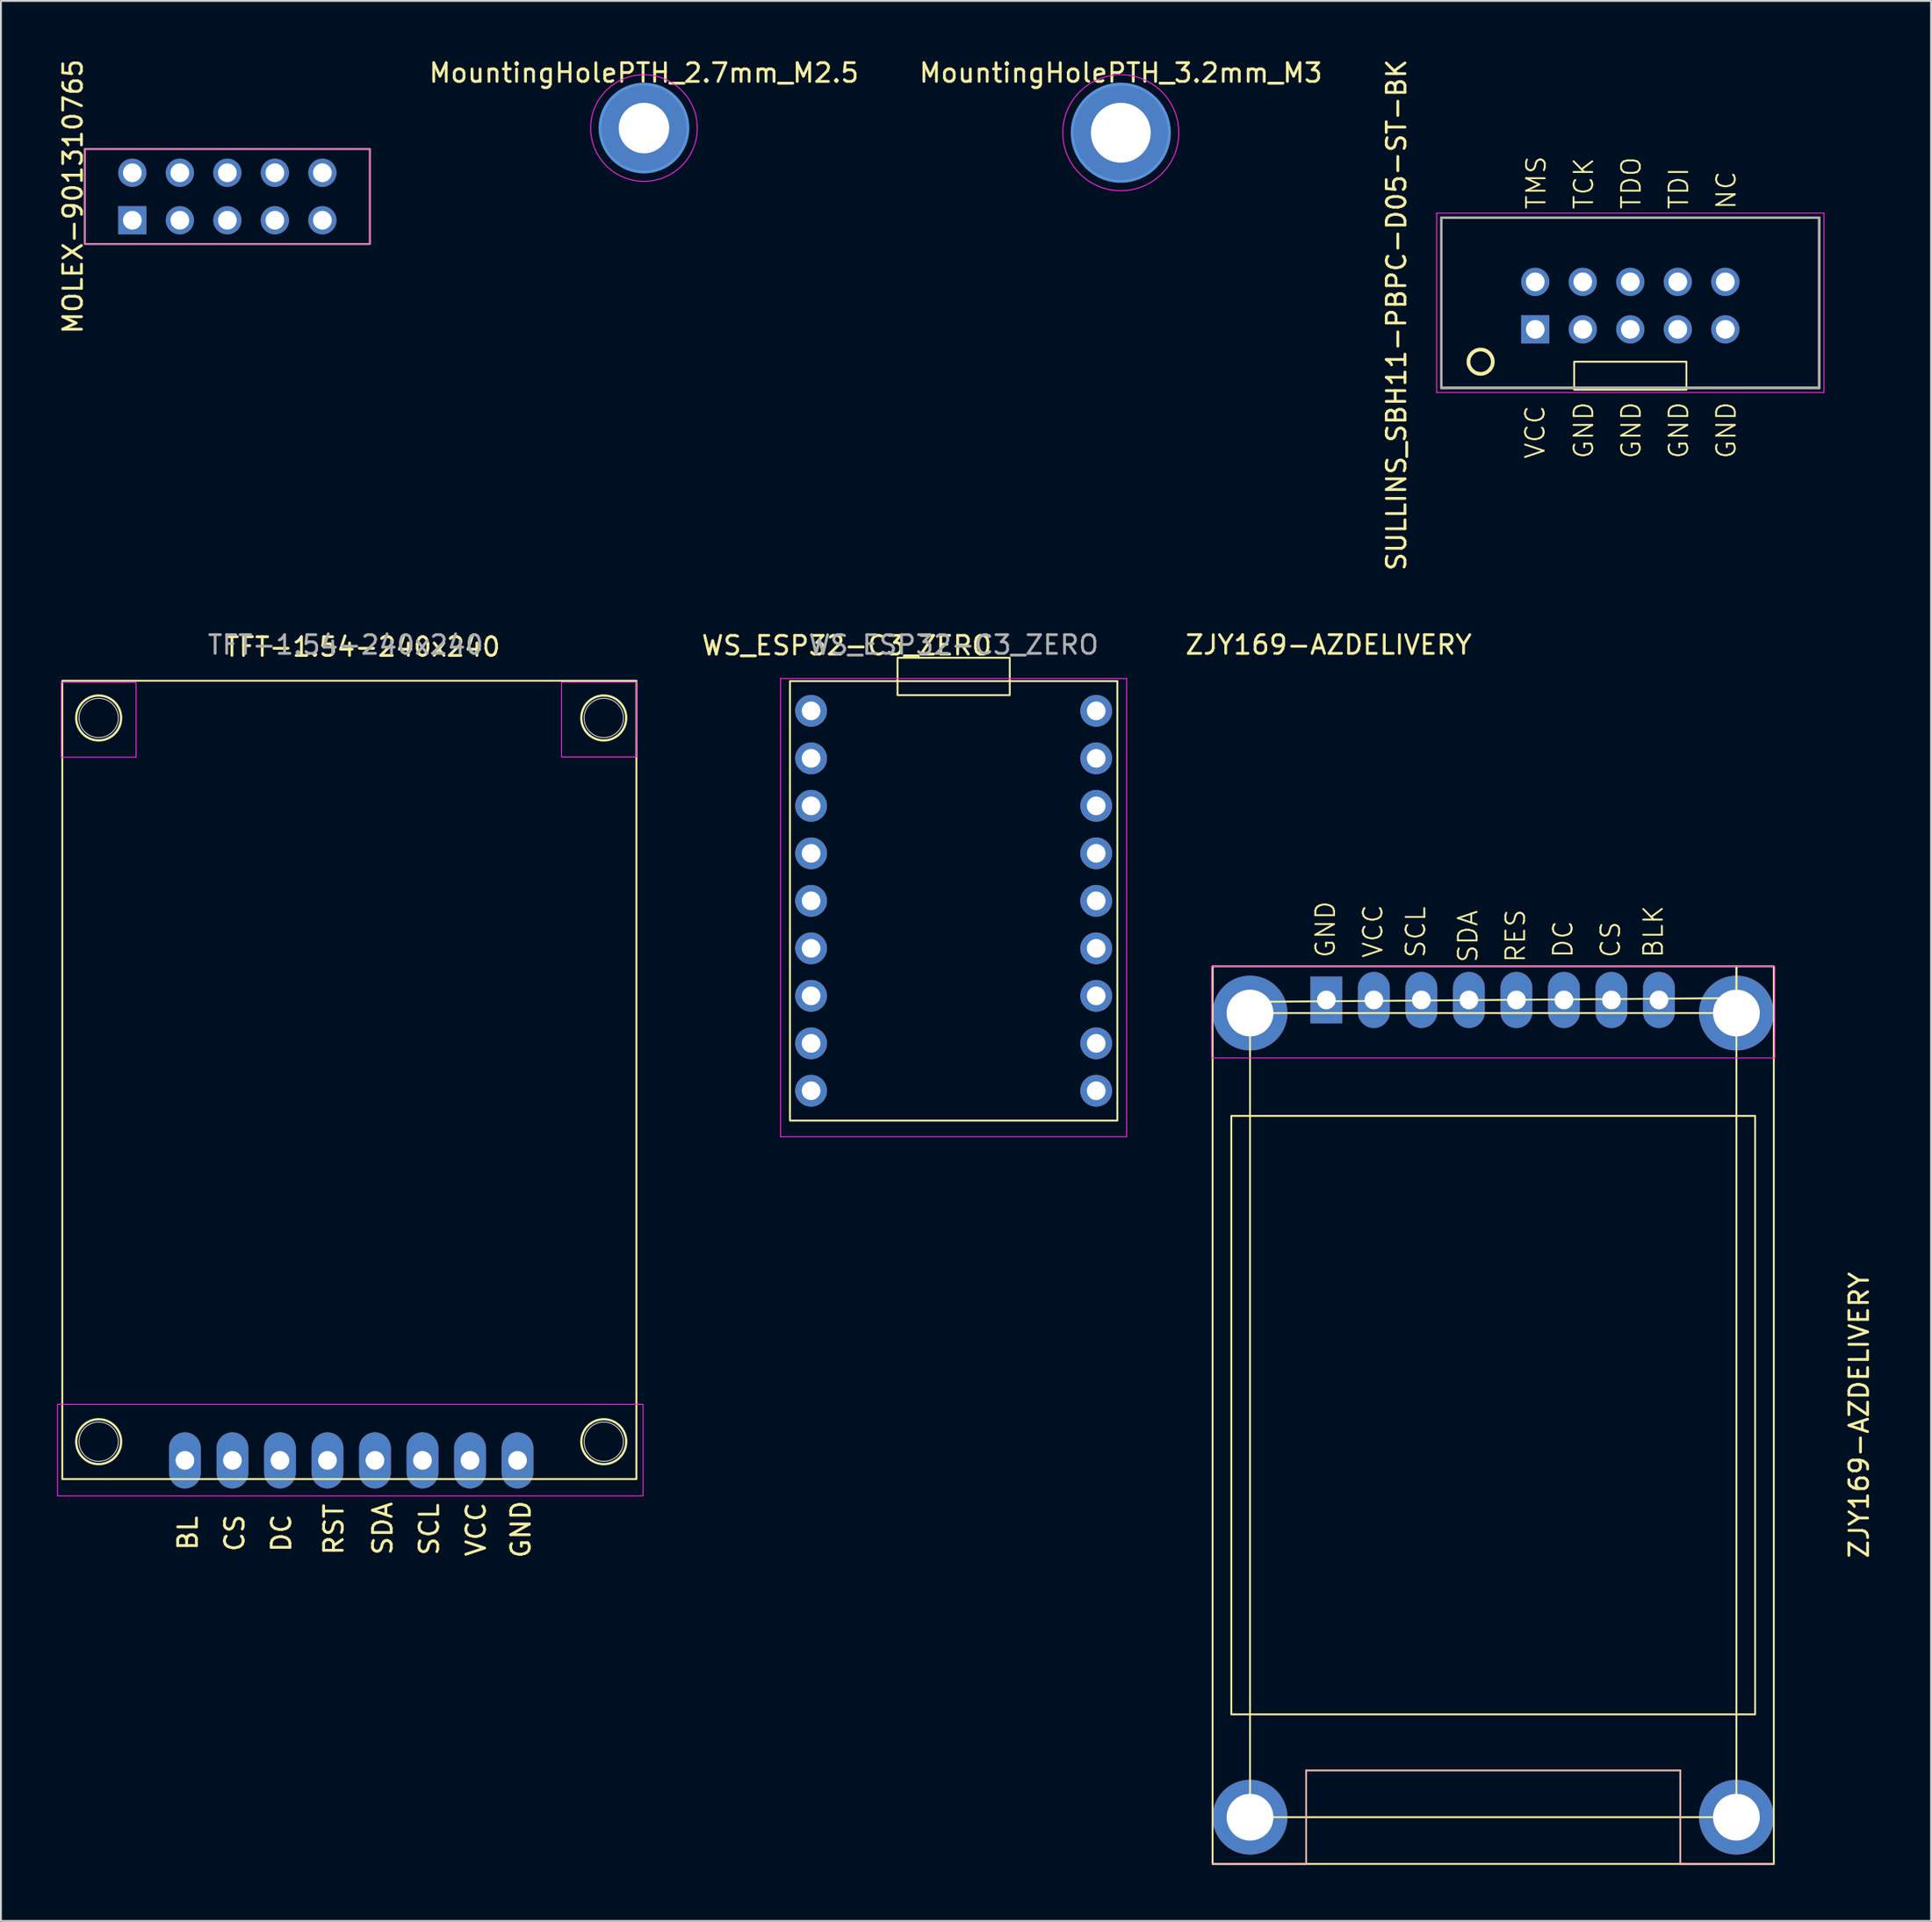
<source format=kicad_pcb>
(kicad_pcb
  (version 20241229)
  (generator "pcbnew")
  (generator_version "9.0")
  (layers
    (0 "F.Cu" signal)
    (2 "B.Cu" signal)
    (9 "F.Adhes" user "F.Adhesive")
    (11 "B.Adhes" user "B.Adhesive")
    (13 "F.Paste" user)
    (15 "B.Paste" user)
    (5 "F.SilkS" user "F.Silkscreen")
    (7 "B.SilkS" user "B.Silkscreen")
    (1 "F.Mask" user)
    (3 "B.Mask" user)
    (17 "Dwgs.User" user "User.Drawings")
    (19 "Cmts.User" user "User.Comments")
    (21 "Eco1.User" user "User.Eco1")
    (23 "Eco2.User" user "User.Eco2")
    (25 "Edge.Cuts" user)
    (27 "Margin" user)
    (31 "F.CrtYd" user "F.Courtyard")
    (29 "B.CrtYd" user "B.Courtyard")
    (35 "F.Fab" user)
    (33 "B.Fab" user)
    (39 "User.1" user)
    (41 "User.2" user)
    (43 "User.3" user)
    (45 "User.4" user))
  (footprint "ZJY169-AZDELIVERY"
    (layer "F.Cu")
    (at 76.771 72.622)
    (property "Reference" "ZJY169-AZDELIVERY" (at -8.8 -41.19 0) (layer "F.SilkS") (effects (font (size 1 1) (thickness 0.15))))
    (attr through_hole)
    (fp_line (start -15 -24) (end -15 -22.5) (stroke (width 0.1) (type default)) (layer "F.SilkS"))
    (fp_line (start -13 -22.1) (end 13 -22.3) (stroke (width 0.1) (type default)) (layer "F.SilkS"))
    (fp_line (start -13 -21.5) (end -13 -22.1) (stroke (width 0.1) (type default)) (layer "F.SilkS"))
    (fp_line (start 13 -24) (end 13 -21.5) (stroke (width 0.1) (type default)) (layer "F.SilkS"))
    (fp_line (start 13 -21.5) (end 13 -24) (stroke (width 0.1) (type default)) (layer "F.SilkS"))
    (fp_rect (start -14 -16) (end 14 16) (stroke (width 0.1) (type default)) (fill no) (layer "F.SilkS"))
    (fp_rect (start -13 -21.5) (end 13 21.5) (stroke (width 0.1) (type solid)) (fill no) (layer "F.SilkS"))
    (fp_rect (start 15 24) (end -15 -24) (stroke (width 0.1) (type solid)) (fill no) (layer "F.SilkS"))
    (fp_line (start -15 24) (end -10 24) (stroke (width 0.1) (type default)) (layer "B.SilkS"))
    (fp_line (start -10 24) (end -10 19) (stroke (width 0.1) (type default)) (layer "B.SilkS"))
    (fp_line (start 10 19) (end -10 19) (stroke (width 0.1) (type default)) (layer "B.SilkS"))
    (fp_line (start 10 24) (end 10 19) (stroke (width 0.1) (type default)) (layer "B.SilkS"))
    (fp_line (start 15 24) (end 10 24) (stroke (width 0.1) (type default)) (layer "B.SilkS"))
    (fp_rect (start -15.05 -24) (end 15.05 -19.1) (stroke (width 0.05) (type default)) (fill no) (layer "F.CrtYd"))
    (fp_text user "VCC" (at -5.842 -24.384 90) (unlocked yes) (layer "F.SilkS") (effects (font (size 1 1) (thickness 0.1)) (justify left bottom)))
    (fp_text user "${REFERENCE}" (at 19.558 0 90) (unlocked yes) (layer "F.SilkS") (effects (font (size 1 1) (thickness 0.15))))
    (fp_text user "SCL" (at -3.556 -24.384 90) (unlocked yes) (layer "F.SilkS") (effects (font (size 1 1) (thickness 0.1)) (justify left bottom)))
    (fp_text user "RES" (at 1.778 -24.13 90) (unlocked yes) (layer "F.SilkS") (effects (font (size 1 1) (thickness 0.1)) (justify left bottom)))
    (fp_text user "CS" (at 6.858 -24.384 90) (unlocked yes) (layer "F.SilkS") (effects (font (size 1 1) (thickness 0.1)) (justify left bottom)))
    (fp_text user "SDA" (at -0.762 -24.13 90) (unlocked yes) (layer "F.SilkS") (effects (font (size 1 1) (thickness 0.1)) (justify left bottom)))
    (fp_text user "GND" (at -8.382 -24.384 90) (unlocked yes) (layer "F.SilkS") (effects (font (size 1 1) (thickness 0.1)) (justify left bottom)))
    (fp_text user "DC" (at 4.318 -24.384 90) (unlocked yes) (layer "F.SilkS") (effects (font (size 1 1) (thickness 0.1)) (justify left bottom)))
    (fp_text user "BLK" (at 9.144 -24.384 90) (unlocked yes) (layer "F.SilkS") (effects (font (size 1 1) (thickness 0.1)) (justify left bottom)))
    (pad "1" thru_hole rect (at -8.92 -22.2 180) (size 1.7 2.5) (drill 1) (layers "*.Cu" "*.Mask"))
    (pad "2" thru_hole oval (at -6.38 -22.2 180) (size 1.7 3) (drill 1) (layers "*.Cu" "*.Mask"))
    (pad "3" thru_hole oval (at -3.84 -22.2 180) (size 1.7 3) (drill 1) (layers "*.Cu" "*.Mask"))
    (pad "4" thru_hole oval (at -1.3 -22.2 180) (size 1.7 3) (drill 1) (layers "*.Cu" "*.Mask"))
    (pad "5" thru_hole oval (at 1.24 -22.2 180) (size 1.7 3) (drill 1) (layers "*.Cu" "*.Mask"))
    (pad "6" thru_hole oval (at 3.78 -22.2 180) (size 1.7 3) (drill 1) (layers "*.Cu" "*.Mask"))
    (pad "7" thru_hole oval (at 6.32 -22.2 180) (size 1.7 3) (drill 1) (layers "*.Cu" "*.Mask"))
    (pad "8" thru_hole oval (at 8.86 -22.2 180) (size 1.7 3) (drill 1) (layers "*.Cu" "*.Mask"))
    (pad "B1" thru_hole circle (at -13 -21.5) (size 4 4) (drill oval 2.5) (layers "*.Cu" "*.Mask"))
    (pad "B2" thru_hole circle (at 13 -21.5) (size 4 4) (drill 2.5) (layers "*.Cu" "*.Mask"))
    (pad "B3" thru_hole circle (at -13 21.5) (size 4 4) (drill 2.5) (layers "*.Cu" "*.Mask"))
    (pad "B4" thru_hole circle (at 13 21.5) (size 4 4) (drill 2.5) (layers "*.Cu" "*.Mask")))
  (footprint "WS_ESP32-C3_ZERO"
    (layer "F.Cu")
    (at 47.928 45.122)
    (property "Reference" "WS_ESP32-C3_ZERO" (at -5.715 -13.652 0) (layer "F.SilkS") (effects (font (size 1 1) (thickness 0.15))))
    (attr through_hole)
    (fp_rect (start -8.75 -11.75) (end 8.75 11.75) (stroke (width 0.1) (type default)) (fill no) (layer "F.SilkS"))
    (fp_rect (start -3 -13) (end 3 -11) (stroke (width 0.1) (type default)) (fill no) (layer "F.SilkS"))
    (fp_line (start -9.25 -11.89) (end 9.25 -11.89) (stroke (width 0.05) (type solid)) (layer "F.CrtYd"))
    (fp_line (start -9.25 12.61) (end -9.25 -11.89) (stroke (width 0.05) (type solid)) (layer "F.CrtYd"))
    (fp_line (start 9.25 -11.89) (end 9.25 12.61) (stroke (width 0.05) (type solid)) (layer "F.CrtYd"))
    (fp_line (start 9.25 12.61) (end -9.25 12.61) (stroke (width 0.05) (type solid)) (layer "F.CrtYd"))
    (fp_text user "${REFERENCE}" (at 0 -13.69 0) (unlocked yes) (layer "F.Fab") (effects (font (size 1 1) (thickness 0.15))))
    (pad "1" thru_hole circle (at -7.62 -10.16) (size 1.7 1.7) (drill 1) (layers "*.Cu" "*.Mask"))
    (pad "2" thru_hole circle (at -7.62 -7.62) (size 1.7 1.7) (drill 1) (layers "*.Cu" "*.Mask"))
    (pad "3" thru_hole circle (at -7.62 -5.08) (size 1.7 1.7) (drill 1) (layers "*.Cu" "*.Mask"))
    (pad "4" thru_hole circle (at -7.62 -2.54) (size 1.7 1.7) (drill 1) (layers "*.Cu" "*.Mask"))
    (pad "5" thru_hole circle (at -7.62 0) (size 1.7 1.7) (drill 1) (layers "*.Cu" "*.Mask"))
    (pad "6" thru_hole circle (at -7.62 2.54) (size 1.7 1.7) (drill 1) (layers "*.Cu" "*.Mask"))
    (pad "7" thru_hole circle (at -7.62 5.08) (size 1.7 1.7) (drill 1) (layers "*.Cu" "*.Mask"))
    (pad "8" thru_hole circle (at -7.62 7.62) (size 1.7 1.7) (drill 1) (layers "*.Cu" "*.Mask"))
    (pad "9" thru_hole circle (at -7.62 10.154) (size 1.7 1.7) (drill 1) (layers "*.Cu" "*.Mask"))
    (pad "10" thru_hole circle (at 7.62 10.154) (size 1.7 1.7) (drill 1) (layers "*.Cu" "*.Mask"))
    (pad "11" thru_hole circle (at 7.62 7.62) (size 1.7 1.7) (drill 1) (layers "*.Cu" "*.Mask"))
    (pad "12" thru_hole circle (at 7.62 5.08) (size 1.7 1.7) (drill 1) (layers "*.Cu" "*.Mask"))
    (pad "13" thru_hole circle (at 7.62 2.54) (size 1.7 1.7) (drill 1) (layers "*.Cu" "*.Mask"))
    (pad "14" thru_hole circle (at 7.62 0) (size 1.7 1.7) (drill 1) (layers "*.Cu" "*.Mask"))
    (pad "15" thru_hole circle (at 7.62 -2.54) (size 1.7 1.7) (drill 1) (layers "*.Cu" "*.Mask"))
    (pad "16" thru_hole circle (at 7.62 -5.08) (size 1.7 1.7) (drill 1) (layers "*.Cu" "*.Mask"))
    (pad "17" thru_hole circle (at 7.62 -7.62) (size 1.7 1.7) (drill 1) (layers "*.Cu" "*.Mask"))
    (pad "18" thru_hole circle (at 7.62 -10.16) (size 1.7 1.7) (drill 1) (layers "*.Cu" "*.Mask")))
  (footprint "MountingHolePTH_3.2mm_M3"
    (layer "F.Cu")
    (at 56.863 4.048)
    (property "Reference" "MountingHolePTH_3.2mm_M3" (at 0 -3.2 0) (layer "F.SilkS") (effects (font (size 1 1) (thickness 0.15))))
    (attr exclude_from_pos_files exclude_from_bom)
    (fp_circle (center 0 0) (end 2.6 0) (stroke (width 0.15) (type solid)) (fill no) (layer "Cmts.User"))
    (fp_circle (center 0 0) (end 3.1 0) (stroke (width 0.05) (type solid)) (fill no) (layer "F.CrtYd"))
    (pad "1" thru_hole circle (at 0 0) (size 5.2 5.2) (drill 3.2) (layers "*.Cu" "*.Mask")))
  (footprint "MOLEX-901310765"
    (layer "F.Cu")
    (at 9.103 7.458)
    (property "Reference" "MOLEX-901310765" (at -8.255 0 90) (layer "F.SilkS") (effects (font (size 1 1) (thickness 0.15))))
    (attr through_hole)
    (fp_rect (start -7.62 -2.54) (end 7.62 2.54) (stroke (width 0.1) (type default)) (fill no) (layer "F.SilkS"))
    (fp_rect (start -7.62 -2.54) (end 7.62 2.54) (stroke (width 0.05) (type default)) (fill no) (layer "F.CrtYd"))
    (pad "1" thru_hole rect (at -5.08 1.27) (size 1.508 1.508) (drill 1) (layers "*.Cu" "*.Mask"))
    (pad "2" thru_hole circle (at -5.08 -1.27) (size 1.508 1.508) (drill 1) (layers "*.Cu" "*.Mask"))
    (pad "3" thru_hole circle (at -2.54 1.27) (size 1.508 1.508) (drill 1) (layers "*.Cu" "*.Mask"))
    (pad "4" thru_hole circle (at -2.54 -1.27) (size 1.508 1.508) (drill 1) (layers "*.Cu" "*.Mask"))
    (pad "5" thru_hole circle (at 0 1.27) (size 1.508 1.508) (drill 1) (layers "*.Cu" "*.Mask"))
    (pad "6" thru_hole circle (at 0 -1.27) (size 1.508 1.508) (drill 1) (layers "*.Cu" "*.Mask"))
    (pad "7" thru_hole circle (at 2.54 1.27) (size 1.508 1.508) (drill 1) (layers "*.Cu" "*.Mask"))
    (pad "8" thru_hole circle (at 2.54 -1.27) (size 1.508 1.508) (drill 1) (layers "*.Cu" "*.Mask"))
    (pad "9" thru_hole circle (at 5.08 1.27) (size 1.508 1.508) (drill 1) (layers "*.Cu" "*.Mask"))
    (pad "10" thru_hole circle (at 5.08 -1.27) (size 1.508 1.508) (drill 1) (layers "*.Cu" "*.Mask")))
  (footprint "MountingHolePTH_2.7mm_M2.5"
    (layer "F.Cu")
    (at 31.374 3.798)
    (property "Reference" "MountingHolePTH_2.7mm_M2.5" (at 0 -2.95 0) (layer "F.SilkS") (effects (font (size 1 1) (thickness 0.15))))
    (attr exclude_from_pos_files exclude_from_bom)
    (fp_circle (center 0 0) (end 2.35 0) (stroke (width 0.15) (type solid)) (fill no) (layer "Cmts.User"))
    (fp_circle (center 0 0) (end 2.85 0) (stroke (width 0.05) (type solid)) (fill no) (layer "F.CrtYd"))
    (pad "1" thru_hole circle (at 0 0) (size 4.7 4.7) (drill 2.7) (layers "*.Cu" "*.Mask")))
  (footprint "TFT-1.54-240x240"
    (layer "F.Cu")
    (at 25.125 72.732)
    (property "Reference" "TFT-1.54-240x240" (at -8.8 -41.19 0) (layer "F.SilkS") (effects (font (size 1 1) (thickness 0.15))))
    (attr through_hole)
    (fp_rect (start 5.845 3.31) (end -24.845 -39.38) (stroke (width 0.1) (type default)) (fill no) (layer "F.SilkS"))
    (fp_circle (center -22.9 -37.39) (end -21.7 -37.39) (stroke (width 0.12) (type solid)) (fill no) (layer "F.SilkS"))
    (fp_circle (center -22.9 1.31) (end -21.7 1.31) (stroke (width 0.12) (type solid)) (fill no) (layer "F.SilkS"))
    (fp_circle (center 4.1 -37.39) (end 5.3 -37.39) (stroke (width 0.12) (type solid)) (fill no) (layer "F.SilkS"))
    (fp_circle (center 4.1 1.31) (end 5.3 1.31) (stroke (width 0.12) (type solid)) (fill no) (layer "F.SilkS"))
    (fp_circle (center -22.9 -37.39) (end -21.85 -37.39) (stroke (width 0.05) (type default)) (fill no) (layer "Edge.Cuts"))
    (fp_circle (center -22.9 1.31) (end -21.85 1.31) (stroke (width 0.05) (type default)) (fill no) (layer "Edge.Cuts"))
    (fp_circle (center 4.1 -37.39) (end 5.15 -37.39) (stroke (width 0.05) (type default)) (fill no) (layer "Edge.Cuts"))
    (fp_circle (center 4.1 1.31) (end 5.15 1.31) (stroke (width 0.05) (type default)) (fill no) (layer "Edge.Cuts"))
    (fp_rect (start -25.1 -0.69) (end 6.2 4.21) (stroke (width 0.05) (type default)) (fill no) (layer "F.CrtYd"))
    (fp_rect (start -24.9 -39.29) (end -20.9 -35.29) (stroke (width 0.05) (type default)) (fill no) (layer "F.CrtYd"))
    (fp_rect (start 1.842 -39.306) (end 5.842 -35.306) (stroke (width 0.05) (type default)) (fill no) (layer "F.CrtYd"))
    (fp_text user "RST" (at -9.746 7.453 90) (unlocked yes) (layer "F.SilkS") (effects (font (size 1 1) (thickness 0.15)) (justify left bottom)))
    (fp_text user "SDA" (at -7.132 7.455 90) (unlocked yes) (layer "F.SilkS") (effects (font (size 1 1) (thickness 0.15)) (justify left bottom)))
    (fp_text user "SCL" (at -4.646 7.477 90) (unlocked yes) (layer "F.SilkS") (effects (font (size 1 1) (thickness 0.15)) (justify left bottom)))
    (fp_text user "GND" (at 0.254 7.62 90) (unlocked yes) (layer "F.SilkS") (effects (font (size 1 1) (thickness 0.15)) (justify left bottom)))
    (fp_text user "BL" (at -17.546 7.201 90) (unlocked yes) (layer "F.SilkS") (effects (font (size 1 1) (thickness 0.15)) (justify left bottom)))
    (fp_text user "CS" (at -15.046 7.272 90) (unlocked yes) (layer "F.SilkS") (effects (font (size 1 1) (thickness 0.15)) (justify left bottom)))
    (fp_text user "VCC" (at -2.146 7.525 90) (unlocked yes) (layer "F.SilkS") (effects (font (size 1 1) (thickness 0.15)) (justify left bottom)))
    (fp_text user "DC" (at -12.546 7.296 90) (unlocked yes) (layer "F.SilkS") (effects (font (size 1 1) (thickness 0.15)) (justify left bottom)))
    (fp_text user "${REFERENCE}" (at -9.7 -41.3 0) (unlocked yes) (layer "F.Fab") (effects (font (size 1 1) (thickness 0.15))))
    (pad "1" thru_hole oval (at -0.51 2.31) (size 1.7 3) (drill 1) (layers "*.Cu" "*.Mask"))
    (pad "2" thru_hole oval (at -3.05 2.31) (size 1.7 3) (drill 1) (layers "*.Cu" "*.Mask"))
    (pad "3" thru_hole oval (at -5.59 2.31) (size 1.7 3) (drill 1) (layers "*.Cu" "*.Mask"))
    (pad "4" thru_hole oval (at -8.13 2.31) (size 1.7 3) (drill 1) (layers "*.Cu" "*.Mask"))
    (pad "5" thru_hole oval (at -10.67 2.31) (size 1.7 3) (drill 1) (layers "*.Cu" "*.Mask"))
    (pad "6" thru_hole oval (at -13.21 2.31) (size 1.7 3) (drill 1) (layers "*.Cu" "*.Mask"))
    (pad "7" thru_hole oval (at -15.75 2.31) (size 1.7 3) (drill 1) (layers "*.Cu" "*.Mask"))
    (pad "8" thru_hole oval (at -18.29 2.31) (size 1.7 3) (drill 1) (layers "*.Cu" "*.Mask")))
  (footprint "SULLINS_SBH11-PBPC-D05-ST-BK"
    (layer "F.Cu")
    (at 84.098 13.292)
    (property "Reference" "SULLINS_SBH11-PBPC-D05-ST-BK" (at -12.5 0.5 90) (layer "F.SilkS") (effects (font (size 1 1) (thickness 0.15))))
    (attr through_hole)
    (fp_line (start -10.1 -4.7) (end -10.1 4.4) (stroke (width 0.127) (type solid)) (layer "F.SilkS"))
    (fp_line (start -10.1 4.4) (end 10.1 4.4) (stroke (width 0.127) (type solid)) (layer "F.SilkS"))
    (fp_line (start 10.1 -4.7) (end -10.1 -4.7) (stroke (width 0.127) (type solid)) (layer "F.SilkS"))
    (fp_line (start 10.1 4.4) (end 10.1 -4.7) (stroke (width 0.127) (type solid)) (layer "F.SilkS"))
    (fp_rect (start -3 3) (end 3 4.5) (stroke (width 0.1) (type default)) (fill no) (layer "F.SilkS"))
    (fp_circle (center -8 3) (end -8.65 3) (stroke (width 0.2) (type solid)) (fill no) (layer "F.SilkS"))
    (fp_line (start -10.35 -4.95) (end -10.35 4.65) (stroke (width 0.05) (type solid)) (layer "F.CrtYd"))
    (fp_line (start -10.35 4.65) (end 10.35 4.65) (stroke (width 0.05) (type solid)) (layer "F.CrtYd"))
    (fp_line (start 10.35 -4.95) (end -10.35 -4.95) (stroke (width 0.05) (type solid)) (layer "F.CrtYd"))
    (fp_line (start 10.35 4.65) (end 10.35 -4.95) (stroke (width 0.05) (type solid)) (layer "F.CrtYd"))
    (fp_line (start -10.1 -4.7) (end -10.1 4.4) (stroke (width 0.127) (type solid)) (layer "F.Fab"))
    (fp_line (start -10.1 4.4) (end 10.1 4.4) (stroke (width 0.127) (type solid)) (layer "F.Fab"))
    (fp_line (start 10.1 -4.7) (end -10.1 -4.7) (stroke (width 0.127) (type solid)) (layer "F.Fab"))
    (fp_line (start 10.1 4.4) (end 10.1 -4.7) (stroke (width 0.127) (type solid)) (layer "F.Fab"))
    (fp_text user "NC" (at 5.715 -5.08 90) (unlocked yes) (layer "F.SilkS") (effects (font (size 1 1) (thickness 0.1)) (justify left bottom)))
    (fp_text user "GND" (at 0.635 8.255 90) (unlocked yes) (layer "F.SilkS") (effects (font (size 1 1) (thickness 0.1)) (justify left bottom)))
    (fp_text user "TDI" (at 3.175 -5.08 90) (unlocked yes) (layer "F.SilkS") (effects (font (size 1 1) (thickness 0.1)) (justify left bottom)))
    (fp_text user "VCC" (at -4.5 8.255 90) (unlocked yes) (layer "F.SilkS") (effects (font (size 1 1) (thickness 0.1)) (justify left bottom)))
    (fp_text user "TDO" (at 0.635 -5.08 90) (unlocked yes) (layer "F.SilkS") (effects (font (size 1 1) (thickness 0.1)) (justify left bottom)))
    (fp_text user "GND" (at -1.905 8.255 90) (unlocked yes) (layer "F.SilkS") (effects (font (size 1 1) (thickness 0.1)) (justify left bottom)))
    (fp_text user "GND" (at 5.715 8.255 90) (unlocked yes) (layer "F.SilkS") (effects (font (size 1 1) (thickness 0.1)) (justify left bottom)))
    (fp_text user "GND" (at 3.175 8.255 90) (unlocked yes) (layer "F.SilkS") (effects (font (size 1 1) (thickness 0.1)) (justify left bottom)))
    (fp_text user "TCK" (at -1.905 -5.08 90) (unlocked yes) (layer "F.SilkS") (effects (font (size 1 1) (thickness 0.1)) (justify left bottom)))
    (fp_text user "TMS" (at -4.445 -5.08 90) (unlocked yes) (layer "F.SilkS") (effects (font (size 1 1) (thickness 0.1)) (justify left bottom)))
    (pad "1" thru_hole rect (at -5.08 1.27) (size 1.508 1.508) (drill 1) (layers "*.Cu" "*.Mask"))
    (pad "2" thru_hole circle (at -5.08 -1.27) (size 1.508 1.508) (drill 1) (layers "*.Cu" "*.Mask"))
    (pad "3" thru_hole circle (at -2.54 1.27) (size 1.508 1.508) (drill 1) (layers "*.Cu" "*.Mask"))
    (pad "4" thru_hole circle (at -2.54 -1.27) (size 1.508 1.508) (drill 1) (layers "*.Cu" "*.Mask"))
    (pad "5" thru_hole circle (at 0 1.27) (size 1.508 1.508) (drill 1) (layers "*.Cu" "*.Mask"))
    (pad "6" thru_hole circle (at 0 -1.27) (size 1.508 1.508) (drill 1) (layers "*.Cu" "*.Mask"))
    (pad "7" thru_hole circle (at 2.54 1.27) (size 1.508 1.508) (drill 1) (layers "*.Cu" "*.Mask"))
    (pad "8" thru_hole circle (at 2.54 -1.27) (size 1.508 1.508) (drill 1) (layers "*.Cu" "*.Mask"))
    (pad "9" thru_hole circle (at 5.08 1.27) (size 1.508 1.508) (drill 1) (layers "*.Cu" "*.Mask"))
    (pad "10" thru_hole circle (at 5.08 -1.27) (size 1.508 1.508) (drill 1) (layers "*.Cu" "*.Mask")))
  (gr_rect
    (start -3 -3)
    (end 100.177 99.672)
    (stroke (width 0.1) (type default))
    (fill no)
    (layer "Edge.Cuts")))
</source>
